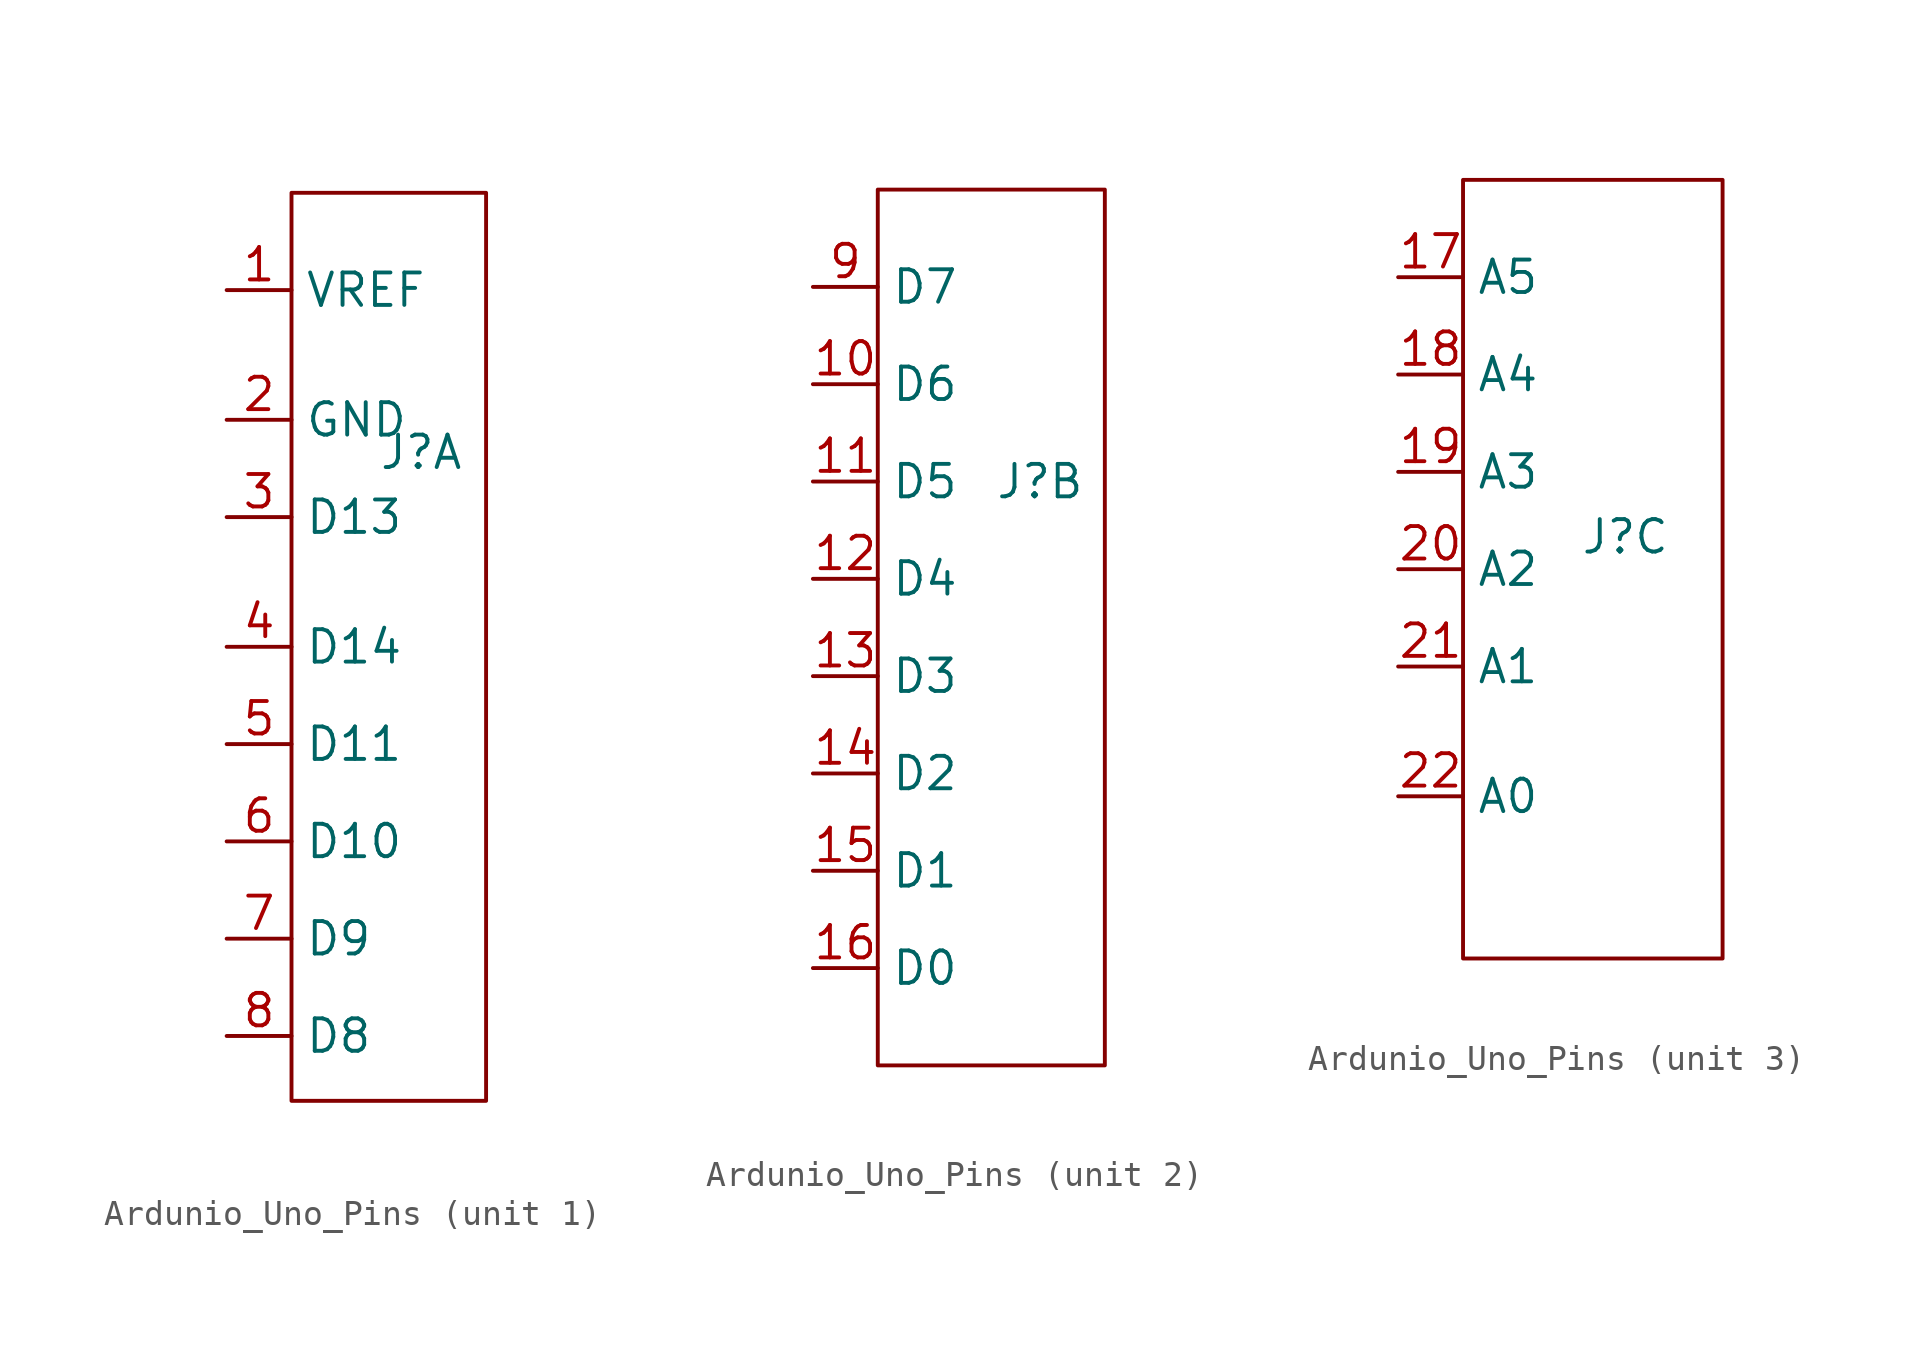
<source format=kicad_sym>
(kicad_symbol_lib
  (version 20220914)
  (generator kicad_symbol_editor)
  (symbol "Ardunio_Uno_Pins"
    (property "Reference" "J"
      (at 0 15.24 0)
      (effects (font (size 1.27 1.27))))
    (property "Value" ""
      (at 0 0 0)
      (effects (font (size 1.27 1.27))))
    (property "ki_locked" ""
      (at 0 0 0)
      (effects (font (size 1.27 1.27))))
    (symbol "Ardunio_Uno_Pins_1_1"
      (rectangle (start -5.08 25.4) (end 2.54 -10.16) (stroke (width 0) (type default)) (fill (type none)))
      (pin bidirectional line (at -7.62 21.59 0) (length 2.54) (name "VREF" (effects (font (size 1.27 1.27)))) (number "1" (effects (font (size 1.27 1.27)))))
      (pin power_out line (at -7.62 16.51 0) (length 2.54) (name "GND" (effects (font (size 1.27 1.27)))) (number "2" (effects (font (size 1.27 1.27)))))
      (pin bidirectional line (at -7.62 12.7 0) (length 2.54) (name "D13" (effects (font (size 1.27 1.27)))) (number "3" (effects (font (size 1.27 1.27)))))
      (pin bidirectional line (at -7.62 7.62 0) (length 2.54) (name "D14" (effects (font (size 1.27 1.27)))) (number "4" (effects (font (size 1.27 1.27)))))
      (pin bidirectional line (at -7.62 3.81 0) (length 2.54) (name "D11" (effects (font (size 1.27 1.27)))) (number "5" (effects (font (size 1.27 1.27)))))
      (pin bidirectional line (at -7.62 0 0) (length 2.54) (name "D10" (effects (font (size 1.27 1.27)))) (number "6" (effects (font (size 1.27 1.27)))))
      (pin bidirectional line (at -7.62 -3.81 0) (length 2.54) (name "D9" (effects (font (size 1.27 1.27)))) (number "7" (effects (font (size 1.27 1.27)))))
      (pin bidirectional line (at -7.62 -7.62 0) (length 2.54) (name "D8" (effects (font (size 1.27 1.27)))) (number "8" (effects (font (size 1.27 1.27))))))
    (symbol "Ardunio_Uno_Pins_2_1"
      (rectangle (start -6.35 26.67) (end 2.54 -7.62) (stroke (width 0) (type default)) (fill (type none)))
      (pin bidirectional line (at -8.89 19.05 0) (length 2.54) (name "D6" (effects (font (size 1.27 1.27)))) (number "10" (effects (font (size 1.27 1.27)))))
      (pin bidirectional line (at -8.89 15.24 0) (length 2.54) (name "D5" (effects (font (size 1.27 1.27)))) (number "11" (effects (font (size 1.27 1.27)))))
      (pin bidirectional line (at -8.89 11.43 0) (length 2.54) (name "D4" (effects (font (size 1.27 1.27)))) (number "12" (effects (font (size 1.27 1.27)))))
      (pin bidirectional line (at -8.89 7.62 0) (length 2.54) (name "D3" (effects (font (size 1.27 1.27)))) (number "13" (effects (font (size 1.27 1.27)))))
      (pin bidirectional line (at -8.89 3.81 0) (length 2.54) (name "D2" (effects (font (size 1.27 1.27)))) (number "14" (effects (font (size 1.27 1.27)))))
      (pin bidirectional line (at -8.89 0 0) (length 2.54) (name "D1" (effects (font (size 1.27 1.27)))) (number "15" (effects (font (size 1.27 1.27)))))
      (pin bidirectional line (at -8.89 -3.81 0) (length 2.54) (name "D0" (effects (font (size 1.27 1.27)))) (number "16" (effects (font (size 1.27 1.27)))))
      (pin bidirectional line (at -8.89 22.86 0) (length 2.54) (name "D7" (effects (font (size 1.27 1.27)))) (number "9" (effects (font (size 1.27 1.27))))))
    (symbol "Ardunio_Uno_Pins_3_1"
      (rectangle (start -6.35 29.21) (end 3.81 -1.27) (stroke (width 0) (type default)) (fill (type none)))
      (pin bidirectional line (at -8.89 25.4 0) (length 2.54) (name "A5" (effects (font (size 1.27 1.27)))) (number "17" (effects (font (size 1.27 1.27)))))
      (pin bidirectional line (at -8.89 21.59 0) (length 2.54) (name "A4" (effects (font (size 1.27 1.27)))) (number "18" (effects (font (size 1.27 1.27)))))
      (pin bidirectional line (at -8.89 17.78 0) (length 2.54) (name "A3" (effects (font (size 1.27 1.27)))) (number "19" (effects (font (size 1.27 1.27)))))
      (pin bidirectional line (at -8.89 13.97 0) (length 2.54) (name "A2" (effects (font (size 1.27 1.27)))) (number "20" (effects (font (size 1.27 1.27)))))
      (pin bidirectional line (at -8.89 10.16 0) (length 2.54) (name "A1" (effects (font (size 1.27 1.27)))) (number "21" (effects (font (size 1.27 1.27)))))
      (pin bidirectional line (at -8.89 5.08 0) (length 2.54) (name "A0" (effects (font (size 1.27 1.27)))) (number "22" (effects (font (size 1.27 1.27))))))))
</source>
